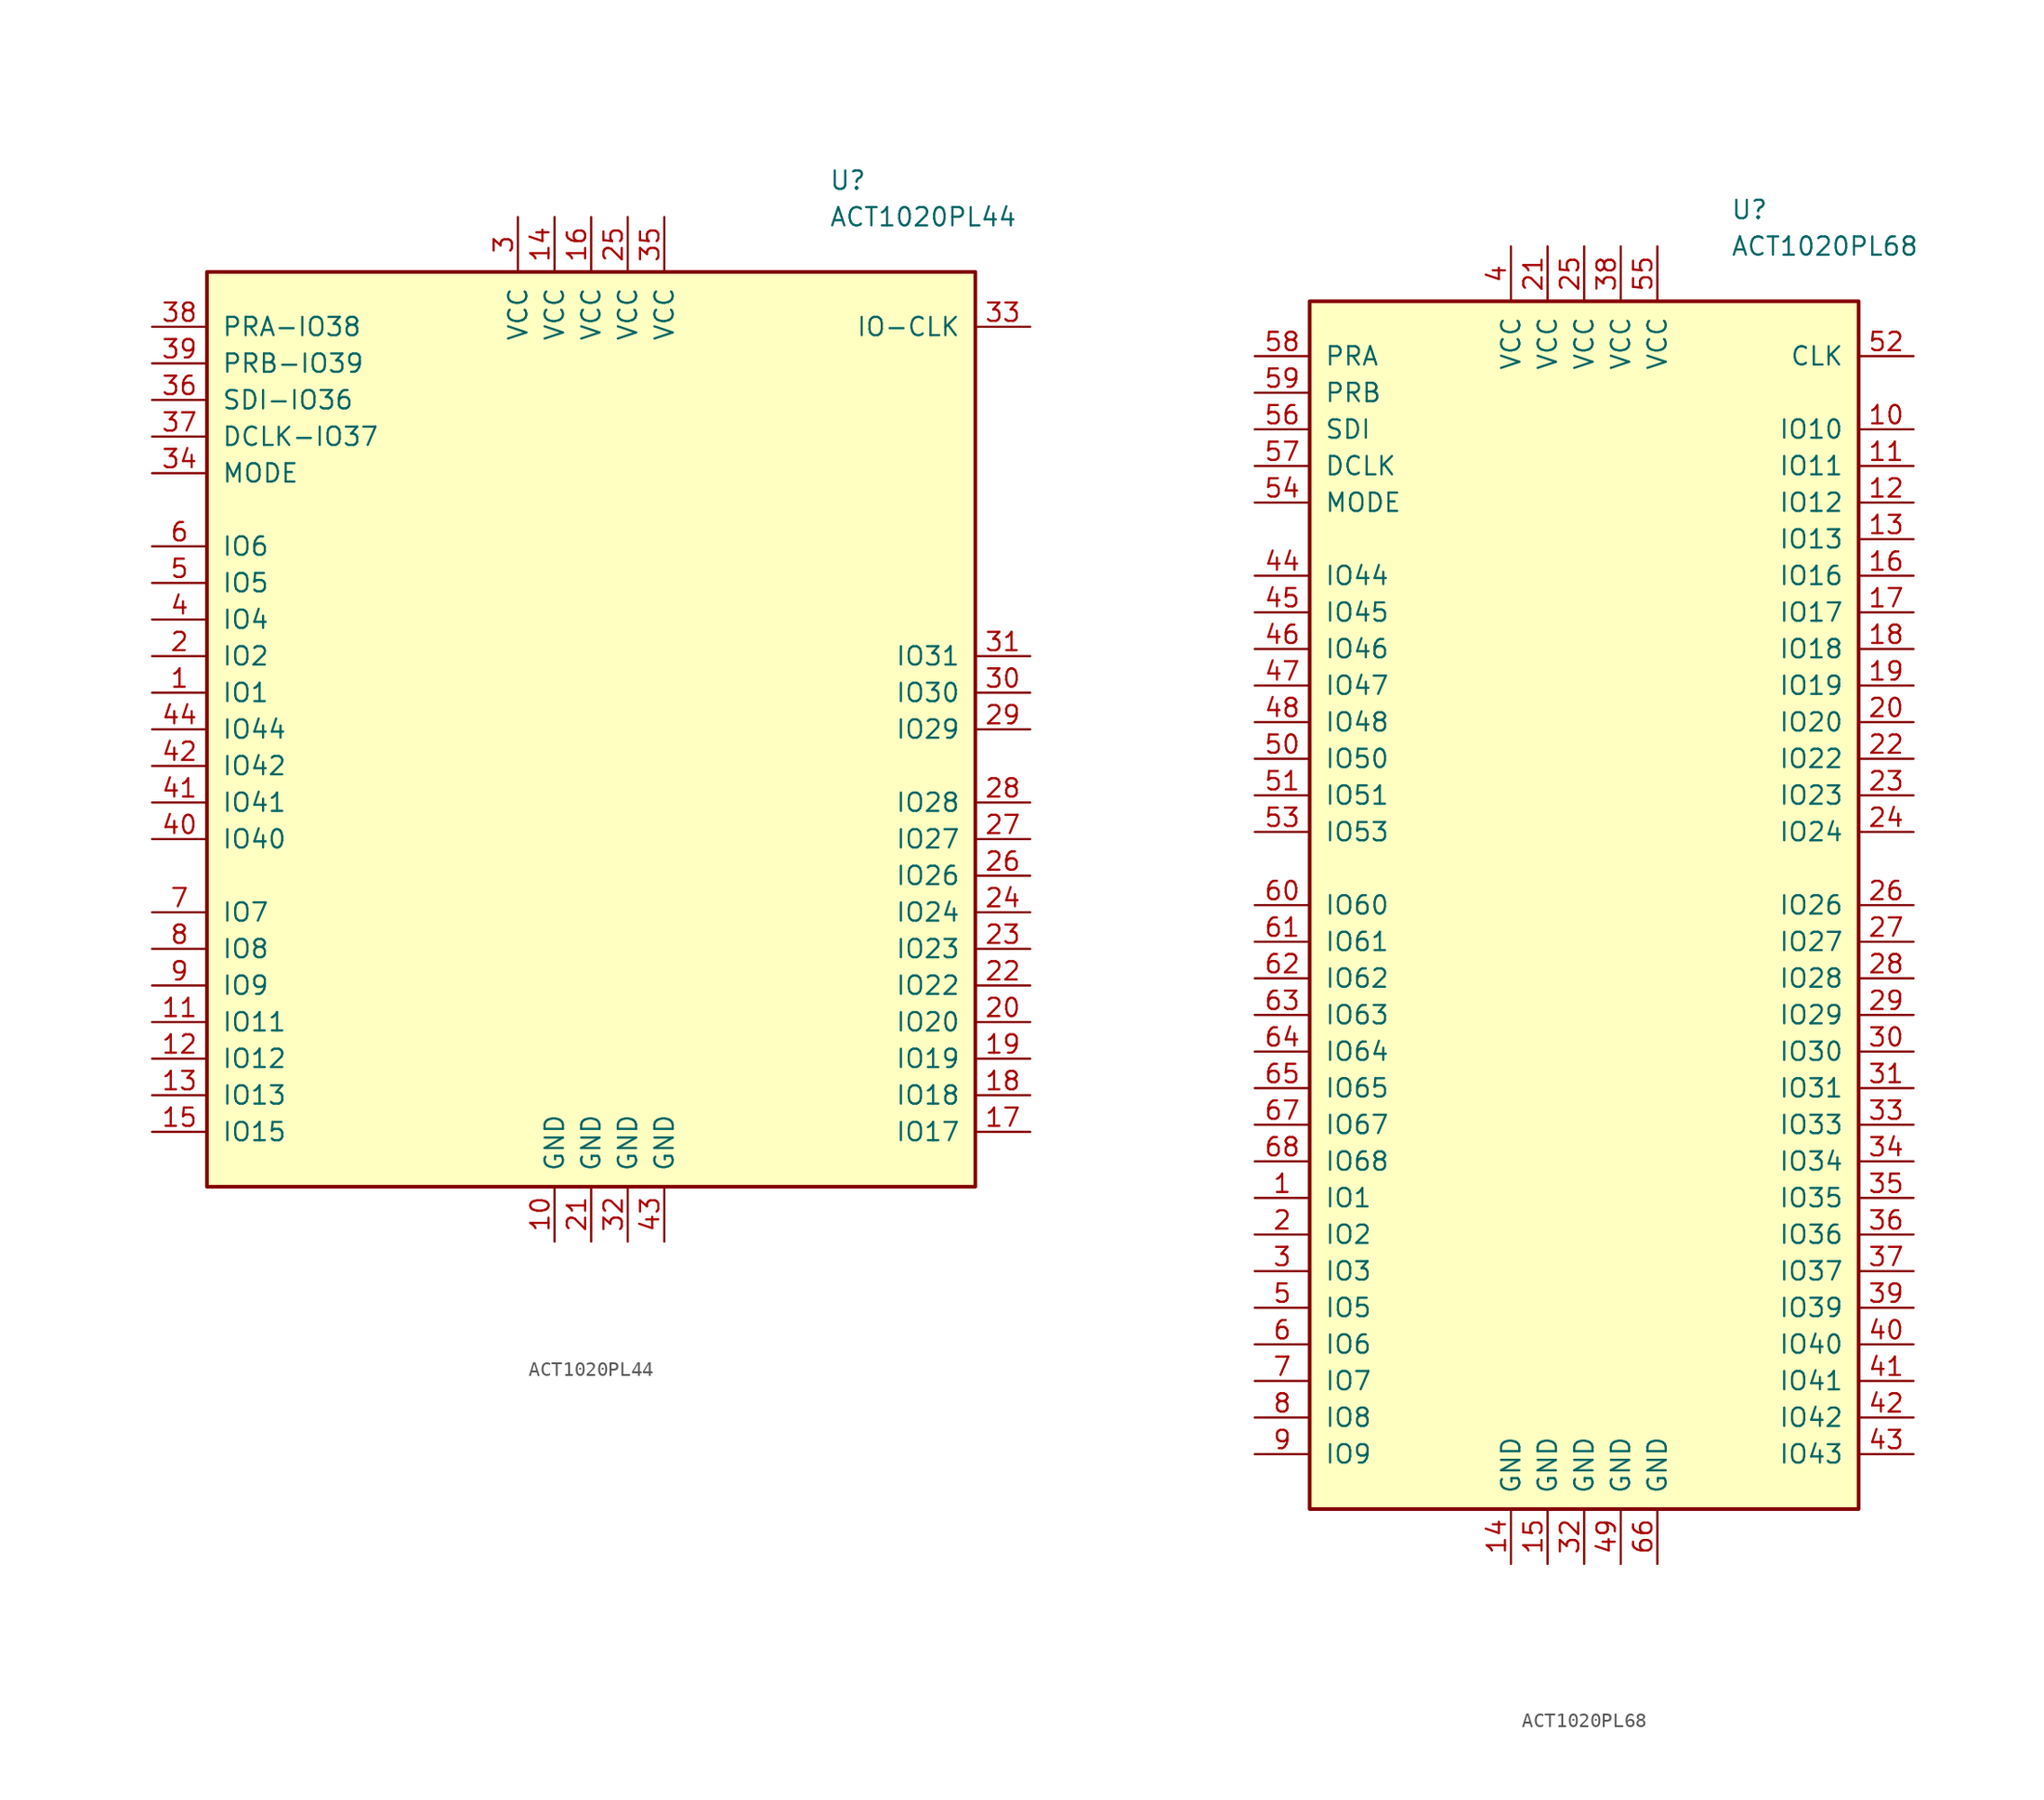
<source format=kicad_sym>
(kicad_symbol_lib
  (version 20241209)
  (generator "kicad_symbol_editor")
  (generator_version "9.0")
  (symbol "ACT1020PL44"
    (pin_names
      (offset 1.016))
    (property "Reference" "U"
      (at 16.51 38.1 0)
      (effects (font (size 1.27 1.27)) (justify left)))
    (property "Value" "ACT1020PL44"
      (at 16.51 35.56 0)
      (effects (font (size 1.27 1.27)) (justify left)))
    (symbol "ACT1020PL44_0_1"
      (rectangle (start -26.67 -31.75) (end 26.67 31.75) (stroke (width 0.254) (type default)) (fill (type background))))
    (symbol "ACT1020PL44_1_1"
      (pin input line (at -30.48 27.94 0) (length 3.81) (name "PRA-IO38" (effects (font (size 1.27 1.27)))) (number "38" (effects (font (size 1.27 1.27)))))
      (pin input line (at -30.48 25.4 0) (length 3.81) (name "PRB-IO39" (effects (font (size 1.27 1.27)))) (number "39" (effects (font (size 1.27 1.27)))))
      (pin input line (at -30.48 22.86 0) (length 3.81) (name "SDI-IO36" (effects (font (size 1.27 1.27)))) (number "36" (effects (font (size 1.27 1.27)))))
      (pin input line (at -30.48 20.32 0) (length 3.81) (name "DCLK-IO37" (effects (font (size 1.27 1.27)))) (number "37" (effects (font (size 1.27 1.27)))))
      (pin input line (at -30.48 17.78 0) (length 3.81) (name "MODE" (effects (font (size 1.27 1.27)))) (number "34" (effects (font (size 1.27 1.27)))))
      (pin input line (at -30.48 12.7 0) (length 3.81) (name "IO6" (effects (font (size 1.27 1.27)))) (number "6" (effects (font (size 1.27 1.27)))))
      (pin input line (at -30.48 10.16 0) (length 3.81) (name "IO5" (effects (font (size 1.27 1.27)))) (number "5" (effects (font (size 1.27 1.27)))))
      (pin input line (at -30.48 7.62 0) (length 3.81) (name "IO4" (effects (font (size 1.27 1.27)))) (number "4" (effects (font (size 1.27 1.27)))))
      (pin input line (at -30.48 5.08 0) (length 3.81) (name "IO2" (effects (font (size 1.27 1.27)))) (number "2" (effects (font (size 1.27 1.27)))))
      (pin input line (at -30.48 2.54 0) (length 3.81) (name "IO1" (effects (font (size 1.27 1.27)))) (number "1" (effects (font (size 1.27 1.27)))))
      (pin input line (at -30.48 0 0) (length 3.81) (name "IO44" (effects (font (size 1.27 1.27)))) (number "44" (effects (font (size 1.27 1.27)))))
      (pin input line (at -30.48 -2.54 0) (length 3.81) (name "IO42" (effects (font (size 1.27 1.27)))) (number "42" (effects (font (size 1.27 1.27)))))
      (pin input line (at -30.48 -5.08 0) (length 3.81) (name "IO41" (effects (font (size 1.27 1.27)))) (number "41" (effects (font (size 1.27 1.27)))))
      (pin input line (at -30.48 -7.62 0) (length 3.81) (name "IO40" (effects (font (size 1.27 1.27)))) (number "40" (effects (font (size 1.27 1.27)))))
      (pin input line (at -30.48 -12.7 0) (length 3.81) (name "IO7" (effects (font (size 1.27 1.27)))) (number "7" (effects (font (size 1.27 1.27)))))
      (pin input line (at -30.48 -15.24 0) (length 3.81) (name "IO8" (effects (font (size 1.27 1.27)))) (number "8" (effects (font (size 1.27 1.27)))))
      (pin input line (at -30.48 -17.78 0) (length 3.81) (name "IO9" (effects (font (size 1.27 1.27)))) (number "9" (effects (font (size 1.27 1.27)))))
      (pin input line (at -30.48 -20.32 0) (length 3.81) (name "IO11" (effects (font (size 1.27 1.27)))) (number "11" (effects (font (size 1.27 1.27)))))
      (pin input line (at -30.48 -22.86 0) (length 3.81) (name "IO12" (effects (font (size 1.27 1.27)))) (number "12" (effects (font (size 1.27 1.27)))))
      (pin input line (at -30.48 -25.4 0) (length 3.81) (name "IO13" (effects (font (size 1.27 1.27)))) (number "13" (effects (font (size 1.27 1.27)))))
      (pin input line (at -30.48 -27.94 0) (length 3.81) (name "IO15" (effects (font (size 1.27 1.27)))) (number "15" (effects (font (size 1.27 1.27)))))
      (pin power_in line (at -5.08 35.56 270) (length 3.81) (name "VCC" (effects (font (size 1.27 1.27)))) (number "3" (effects (font (size 1.27 1.27)))))
      (pin power_in line (at -2.54 35.56 270) (length 3.81) (name "VCC" (effects (font (size 1.27 1.27)))) (number "14" (effects (font (size 1.27 1.27)))))
      (pin power_in line (at -2.54 -35.56 90) (length 3.81) (name "GND" (effects (font (size 1.27 1.27)))) (number "10" (effects (font (size 1.27 1.27)))))
      (pin power_in line (at 0 35.56 270) (length 3.81) (name "VCC" (effects (font (size 1.27 1.27)))) (number "16" (effects (font (size 1.27 1.27)))))
      (pin power_in line (at 0 -35.56 90) (length 3.81) (name "GND" (effects (font (size 1.27 1.27)))) (number "21" (effects (font (size 1.27 1.27)))))
      (pin power_in line (at 2.54 35.56 270) (length 3.81) (name "VCC" (effects (font (size 1.27 1.27)))) (number "25" (effects (font (size 1.27 1.27)))))
      (pin power_in line (at 2.54 -35.56 90) (length 3.81) (name "GND" (effects (font (size 1.27 1.27)))) (number "32" (effects (font (size 1.27 1.27)))))
      (pin power_in line (at 5.08 35.56 270) (length 3.81) (name "VCC" (effects (font (size 1.27 1.27)))) (number "35" (effects (font (size 1.27 1.27)))))
      (pin power_in line (at 5.08 -35.56 90) (length 3.81) (name "GND" (effects (font (size 1.27 1.27)))) (number "43" (effects (font (size 1.27 1.27)))))
      (pin input line (at 30.48 27.94 180) (length 3.81) (name "IO-CLK" (effects (font (size 1.27 1.27)))) (number "33" (effects (font (size 1.27 1.27)))))
      (pin input line (at 30.48 5.08 180) (length 3.81) (name "IO31" (effects (font (size 1.27 1.27)))) (number "31" (effects (font (size 1.27 1.27)))))
      (pin input line (at 30.48 2.54 180) (length 3.81) (name "IO30" (effects (font (size 1.27 1.27)))) (number "30" (effects (font (size 1.27 1.27)))))
      (pin input line (at 30.48 0 180) (length 3.81) (name "IO29" (effects (font (size 1.27 1.27)))) (number "29" (effects (font (size 1.27 1.27)))))
      (pin input line (at 30.48 -5.08 180) (length 3.81) (name "IO28" (effects (font (size 1.27 1.27)))) (number "28" (effects (font (size 1.27 1.27)))))
      (pin input line (at 30.48 -7.62 180) (length 3.81) (name "IO27" (effects (font (size 1.27 1.27)))) (number "27" (effects (font (size 1.27 1.27)))))
      (pin input line (at 30.48 -10.16 180) (length 3.81) (name "IO26" (effects (font (size 1.27 1.27)))) (number "26" (effects (font (size 1.27 1.27)))))
      (pin input line (at 30.48 -12.7 180) (length 3.81) (name "IO24" (effects (font (size 1.27 1.27)))) (number "24" (effects (font (size 1.27 1.27)))))
      (pin input line (at 30.48 -15.24 180) (length 3.81) (name "IO23" (effects (font (size 1.27 1.27)))) (number "23" (effects (font (size 1.27 1.27)))))
      (pin input line (at 30.48 -17.78 180) (length 3.81) (name "IO22" (effects (font (size 1.27 1.27)))) (number "22" (effects (font (size 1.27 1.27)))))
      (pin input line (at 30.48 -20.32 180) (length 3.81) (name "IO20" (effects (font (size 1.27 1.27)))) (number "20" (effects (font (size 1.27 1.27)))))
      (pin input line (at 30.48 -22.86 180) (length 3.81) (name "IO19" (effects (font (size 1.27 1.27)))) (number "19" (effects (font (size 1.27 1.27)))))
      (pin input line (at 30.48 -25.4 180) (length 3.81) (name "IO18" (effects (font (size 1.27 1.27)))) (number "18" (effects (font (size 1.27 1.27)))))
      (pin input line (at 30.48 -27.94 180) (length 3.81) (name "IO17" (effects (font (size 1.27 1.27)))) (number "17" (effects (font (size 1.27 1.27)))))))
  (symbol "ACT1020PL68"
    (pin_names
      (offset 1.016))
    (property "Reference" "U"
      (at 10.16 48.26 0)
      (effects (font (size 1.27 1.27)) (justify left)))
    (property "Value" "ACT1020PL68"
      (at 10.16 45.72 0)
      (effects (font (size 1.27 1.27)) (justify left)))
    (symbol "ACT1020PL68_0_1"
      (rectangle (start -19.05 -41.91) (end 19.05 41.91) (stroke (width 0.254) (type default)) (fill (type background))))
    (symbol "ACT1020PL68_1_1"
      (pin input line (at -22.86 38.1 0) (length 3.81) (name "PRA" (effects (font (size 1.27 1.27)))) (number "58" (effects (font (size 1.27 1.27)))))
      (pin input line (at -22.86 35.56 0) (length 3.81) (name "PRB" (effects (font (size 1.27 1.27)))) (number "59" (effects (font (size 1.27 1.27)))))
      (pin input line (at -22.86 33.02 0) (length 3.81) (name "SDI" (effects (font (size 1.27 1.27)))) (number "56" (effects (font (size 1.27 1.27)))))
      (pin input line (at -22.86 30.48 0) (length 3.81) (name "DCLK" (effects (font (size 1.27 1.27)))) (number "57" (effects (font (size 1.27 1.27)))))
      (pin input line (at -22.86 27.94 0) (length 3.81) (name "MODE" (effects (font (size 1.27 1.27)))) (number "54" (effects (font (size 1.27 1.27)))))
      (pin input line (at -22.86 22.86 0) (length 3.81) (name "IO44" (effects (font (size 1.27 1.27)))) (number "44" (effects (font (size 1.27 1.27)))))
      (pin input line (at -22.86 20.32 0) (length 3.81) (name "IO45" (effects (font (size 1.27 1.27)))) (number "45" (effects (font (size 1.27 1.27)))))
      (pin input line (at -22.86 17.78 0) (length 3.81) (name "IO46" (effects (font (size 1.27 1.27)))) (number "46" (effects (font (size 1.27 1.27)))))
      (pin input line (at -22.86 15.24 0) (length 3.81) (name "IO47" (effects (font (size 1.27 1.27)))) (number "47" (effects (font (size 1.27 1.27)))))
      (pin input line (at -22.86 12.7 0) (length 3.81) (name "IO48" (effects (font (size 1.27 1.27)))) (number "48" (effects (font (size 1.27 1.27)))))
      (pin input line (at -22.86 10.16 0) (length 3.81) (name "IO50" (effects (font (size 1.27 1.27)))) (number "50" (effects (font (size 1.27 1.27)))))
      (pin input line (at -22.86 7.62 0) (length 3.81) (name "IO51" (effects (font (size 1.27 1.27)))) (number "51" (effects (font (size 1.27 1.27)))))
      (pin input line (at -22.86 5.08 0) (length 3.81) (name "IO53" (effects (font (size 1.27 1.27)))) (number "53" (effects (font (size 1.27 1.27)))))
      (pin input line (at -22.86 0 0) (length 3.81) (name "IO60" (effects (font (size 1.27 1.27)))) (number "60" (effects (font (size 1.27 1.27)))))
      (pin input line (at -22.86 -2.54 0) (length 3.81) (name "IO61" (effects (font (size 1.27 1.27)))) (number "61" (effects (font (size 1.27 1.27)))))
      (pin input line (at -22.86 -5.08 0) (length 3.81) (name "IO62" (effects (font (size 1.27 1.27)))) (number "62" (effects (font (size 1.27 1.27)))))
      (pin input line (at -22.86 -7.62 0) (length 3.81) (name "IO63" (effects (font (size 1.27 1.27)))) (number "63" (effects (font (size 1.27 1.27)))))
      (pin input line (at -22.86 -10.16 0) (length 3.81) (name "IO64" (effects (font (size 1.27 1.27)))) (number "64" (effects (font (size 1.27 1.27)))))
      (pin input line (at -22.86 -12.7 0) (length 3.81) (name "IO65" (effects (font (size 1.27 1.27)))) (number "65" (effects (font (size 1.27 1.27)))))
      (pin input line (at -22.86 -15.24 0) (length 3.81) (name "IO67" (effects (font (size 1.27 1.27)))) (number "67" (effects (font (size 1.27 1.27)))))
      (pin input line (at -22.86 -17.78 0) (length 3.81) (name "IO68" (effects (font (size 1.27 1.27)))) (number "68" (effects (font (size 1.27 1.27)))))
      (pin input line (at -22.86 -20.32 0) (length 3.81) (name "IO1" (effects (font (size 1.27 1.27)))) (number "1" (effects (font (size 1.27 1.27)))))
      (pin input line (at -22.86 -22.86 0) (length 3.81) (name "IO2" (effects (font (size 1.27 1.27)))) (number "2" (effects (font (size 1.27 1.27)))))
      (pin input line (at -22.86 -25.4 0) (length 3.81) (name "IO3" (effects (font (size 1.27 1.27)))) (number "3" (effects (font (size 1.27 1.27)))))
      (pin input line (at -22.86 -27.94 0) (length 3.81) (name "IO5" (effects (font (size 1.27 1.27)))) (number "5" (effects (font (size 1.27 1.27)))))
      (pin input line (at -22.86 -30.48 0) (length 3.81) (name "IO6" (effects (font (size 1.27 1.27)))) (number "6" (effects (font (size 1.27 1.27)))))
      (pin input line (at -22.86 -33.02 0) (length 3.81) (name "IO7" (effects (font (size 1.27 1.27)))) (number "7" (effects (font (size 1.27 1.27)))))
      (pin input line (at -22.86 -35.56 0) (length 3.81) (name "IO8" (effects (font (size 1.27 1.27)))) (number "8" (effects (font (size 1.27 1.27)))))
      (pin input line (at -22.86 -38.1 0) (length 3.81) (name "IO9" (effects (font (size 1.27 1.27)))) (number "9" (effects (font (size 1.27 1.27)))))
      (pin power_in line (at -5.08 45.72 270) (length 3.81) (name "VCC" (effects (font (size 1.27 1.27)))) (number "4" (effects (font (size 1.27 1.27)))))
      (pin power_in line (at -5.08 -45.72 90) (length 3.81) (name "GND" (effects (font (size 1.27 1.27)))) (number "14" (effects (font (size 1.27 1.27)))))
      (pin power_in line (at -2.54 45.72 270) (length 3.81) (name "VCC" (effects (font (size 1.27 1.27)))) (number "21" (effects (font (size 1.27 1.27)))))
      (pin power_in line (at -2.54 -45.72 90) (length 3.81) (name "GND" (effects (font (size 1.27 1.27)))) (number "15" (effects (font (size 1.27 1.27)))))
      (pin power_in line (at 0 45.72 270) (length 3.81) (name "VCC" (effects (font (size 1.27 1.27)))) (number "25" (effects (font (size 1.27 1.27)))))
      (pin power_in line (at 0 -45.72 90) (length 3.81) (name "GND" (effects (font (size 1.27 1.27)))) (number "32" (effects (font (size 1.27 1.27)))))
      (pin power_in line (at 2.54 45.72 270) (length 3.81) (name "VCC" (effects (font (size 1.27 1.27)))) (number "38" (effects (font (size 1.27 1.27)))))
      (pin power_in line (at 2.54 -45.72 90) (length 3.81) (name "GND" (effects (font (size 1.27 1.27)))) (number "49" (effects (font (size 1.27 1.27)))))
      (pin power_in line (at 5.08 45.72 270) (length 3.81) (name "VCC" (effects (font (size 1.27 1.27)))) (number "55" (effects (font (size 1.27 1.27)))))
      (pin power_in line (at 5.08 -45.72 90) (length 3.81) (name "GND" (effects (font (size 1.27 1.27)))) (number "66" (effects (font (size 1.27 1.27)))))
      (pin input line (at 22.86 38.1 180) (length 3.81) (name "CLK" (effects (font (size 1.27 1.27)))) (number "52" (effects (font (size 1.27 1.27)))))
      (pin input line (at 22.86 33.02 180) (length 3.81) (name "IO10" (effects (font (size 1.27 1.27)))) (number "10" (effects (font (size 1.27 1.27)))))
      (pin input line (at 22.86 30.48 180) (length 3.81) (name "IO11" (effects (font (size 1.27 1.27)))) (number "11" (effects (font (size 1.27 1.27)))))
      (pin input line (at 22.86 27.94 180) (length 3.81) (name "IO12" (effects (font (size 1.27 1.27)))) (number "12" (effects (font (size 1.27 1.27)))))
      (pin input line (at 22.86 25.4 180) (length 3.81) (name "IO13" (effects (font (size 1.27 1.27)))) (number "13" (effects (font (size 1.27 1.27)))))
      (pin input line (at 22.86 22.86 180) (length 3.81) (name "IO16" (effects (font (size 1.27 1.27)))) (number "16" (effects (font (size 1.27 1.27)))))
      (pin input line (at 22.86 20.32 180) (length 3.81) (name "IO17" (effects (font (size 1.27 1.27)))) (number "17" (effects (font (size 1.27 1.27)))))
      (pin input line (at 22.86 17.78 180) (length 3.81) (name "IO18" (effects (font (size 1.27 1.27)))) (number "18" (effects (font (size 1.27 1.27)))))
      (pin input line (at 22.86 15.24 180) (length 3.81) (name "IO19" (effects (font (size 1.27 1.27)))) (number "19" (effects (font (size 1.27 1.27)))))
      (pin input line (at 22.86 12.7 180) (length 3.81) (name "IO20" (effects (font (size 1.27 1.27)))) (number "20" (effects (font (size 1.27 1.27)))))
      (pin input line (at 22.86 10.16 180) (length 3.81) (name "IO22" (effects (font (size 1.27 1.27)))) (number "22" (effects (font (size 1.27 1.27)))))
      (pin input line (at 22.86 7.62 180) (length 3.81) (name "IO23" (effects (font (size 1.27 1.27)))) (number "23" (effects (font (size 1.27 1.27)))))
      (pin input line (at 22.86 5.08 180) (length 3.81) (name "IO24" (effects (font (size 1.27 1.27)))) (number "24" (effects (font (size 1.27 1.27)))))
      (pin input line (at 22.86 0 180) (length 3.81) (name "IO26" (effects (font (size 1.27 1.27)))) (number "26" (effects (font (size 1.27 1.27)))))
      (pin input line (at 22.86 -2.54 180) (length 3.81) (name "IO27" (effects (font (size 1.27 1.27)))) (number "27" (effects (font (size 1.27 1.27)))))
      (pin input line (at 22.86 -5.08 180) (length 3.81) (name "IO28" (effects (font (size 1.27 1.27)))) (number "28" (effects (font (size 1.27 1.27)))))
      (pin input line (at 22.86 -7.62 180) (length 3.81) (name "IO29" (effects (font (size 1.27 1.27)))) (number "29" (effects (font (size 1.27 1.27)))))
      (pin input line (at 22.86 -10.16 180) (length 3.81) (name "IO30" (effects (font (size 1.27 1.27)))) (number "30" (effects (font (size 1.27 1.27)))))
      (pin input line (at 22.86 -12.7 180) (length 3.81) (name "IO31" (effects (font (size 1.27 1.27)))) (number "31" (effects (font (size 1.27 1.27)))))
      (pin input line (at 22.86 -15.24 180) (length 3.81) (name "IO33" (effects (font (size 1.27 1.27)))) (number "33" (effects (font (size 1.27 1.27)))))
      (pin input line (at 22.86 -17.78 180) (length 3.81) (name "IO34" (effects (font (size 1.27 1.27)))) (number "34" (effects (font (size 1.27 1.27)))))
      (pin input line (at 22.86 -20.32 180) (length 3.81) (name "IO35" (effects (font (size 1.27 1.27)))) (number "35" (effects (font (size 1.27 1.27)))))
      (pin input line (at 22.86 -22.86 180) (length 3.81) (name "IO36" (effects (font (size 1.27 1.27)))) (number "36" (effects (font (size 1.27 1.27)))))
      (pin input line (at 22.86 -25.4 180) (length 3.81) (name "IO37" (effects (font (size 1.27 1.27)))) (number "37" (effects (font (size 1.27 1.27)))))
      (pin input line (at 22.86 -27.94 180) (length 3.81) (name "IO39" (effects (font (size 1.27 1.27)))) (number "39" (effects (font (size 1.27 1.27)))))
      (pin input line (at 22.86 -30.48 180) (length 3.81) (name "IO40" (effects (font (size 1.27 1.27)))) (number "40" (effects (font (size 1.27 1.27)))))
      (pin input line (at 22.86 -33.02 180) (length 3.81) (name "IO41" (effects (font (size 1.27 1.27)))) (number "41" (effects (font (size 1.27 1.27)))))
      (pin input line (at 22.86 -35.56 180) (length 3.81) (name "IO42" (effects (font (size 1.27 1.27)))) (number "42" (effects (font (size 1.27 1.27)))))
      (pin input line (at 22.86 -38.1 180) (length 3.81) (name "IO43" (effects (font (size 1.27 1.27)))) (number "43" (effects (font (size 1.27 1.27))))))))
</source>
